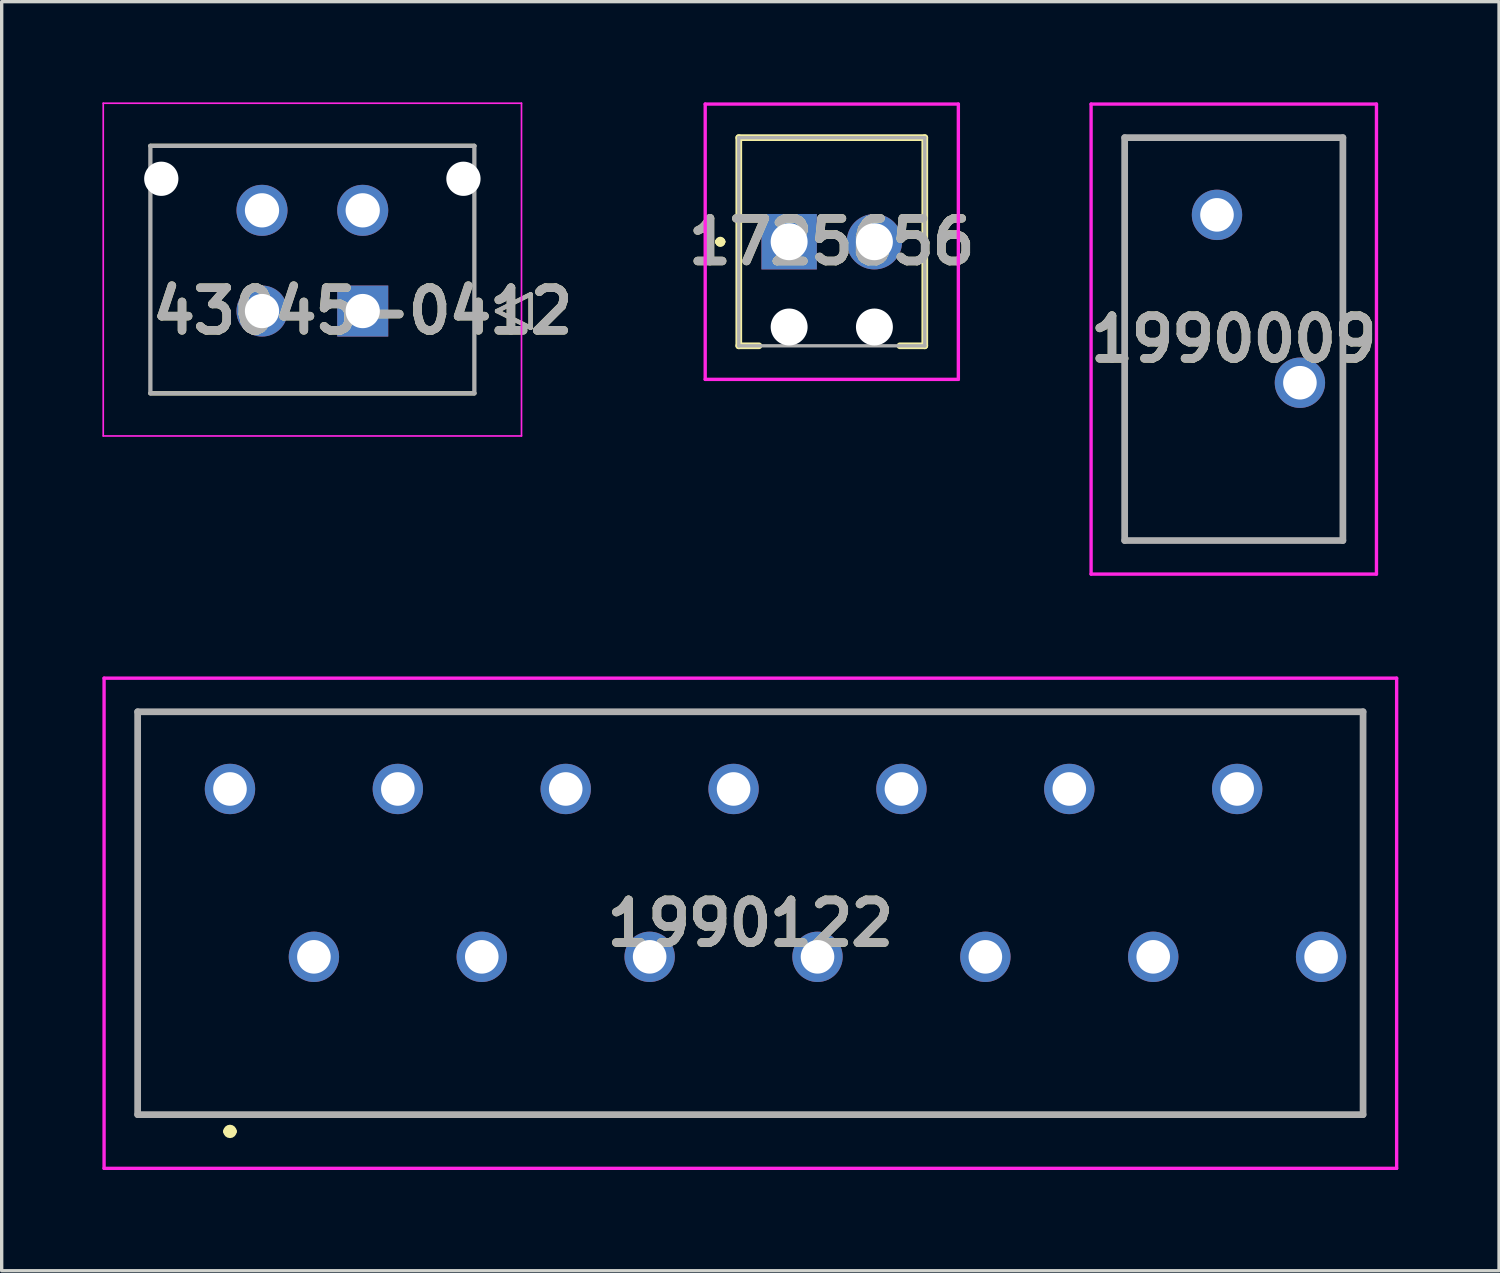
<source format=kicad_pcb>
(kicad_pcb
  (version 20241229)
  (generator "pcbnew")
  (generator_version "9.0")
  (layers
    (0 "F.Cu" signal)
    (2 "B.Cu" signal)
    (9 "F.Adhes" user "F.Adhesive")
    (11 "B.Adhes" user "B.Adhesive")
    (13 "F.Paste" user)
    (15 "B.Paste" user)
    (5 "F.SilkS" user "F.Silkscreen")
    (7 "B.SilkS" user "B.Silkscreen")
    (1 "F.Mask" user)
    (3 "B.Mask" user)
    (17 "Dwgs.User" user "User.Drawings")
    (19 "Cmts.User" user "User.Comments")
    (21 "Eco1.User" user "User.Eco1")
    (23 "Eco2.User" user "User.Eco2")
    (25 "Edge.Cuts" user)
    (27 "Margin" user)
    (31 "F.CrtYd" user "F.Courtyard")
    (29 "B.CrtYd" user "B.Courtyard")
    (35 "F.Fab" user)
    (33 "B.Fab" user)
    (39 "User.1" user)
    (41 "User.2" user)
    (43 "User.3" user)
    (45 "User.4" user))
  (footprint "43045-0412"
    (layer "F.Cu")
    (at 7.754 6.215)
    (property "Reference" "43045-0412" (at 0 0 0) (layer "F.SilkS") (effects (font (size 1.27 1.27) (thickness 0.254))))
    (attr through_hole)
    (fp_line (start -6.325 -4.92) (end 3.325 -4.92) (stroke (width 0.127) (type solid)) (layer "F.SilkS"))
    (fp_line (start 3.325 2.45) (end -6.325 2.45) (stroke (width 0.127) (type solid)) (layer "F.SilkS"))
    (fp_line (start 4 0) (end 5 -0.5) (stroke (width 0.127) (type solid)) (layer "F.SilkS"))
    (fp_line (start 5 -0.5) (end 5 0.5) (stroke (width 0.127) (type solid)) (layer "F.SilkS"))
    (fp_line (start 5 0.5) (end 4 0) (stroke (width 0.127) (type solid)) (layer "F.SilkS"))
    (fp_line (start -7.729 -6.19) (end 4.729 -6.19) (stroke (width 0.05) (type solid)) (layer "F.CrtYd"))
    (fp_line (start -7.729 3.72) (end -7.729 -6.19) (stroke (width 0.05) (type solid)) (layer "F.CrtYd"))
    (fp_line (start 4.729 -6.19) (end 4.729 3.72) (stroke (width 0.05) (type solid)) (layer "F.CrtYd"))
    (fp_line (start 4.729 3.72) (end -7.729 3.72) (stroke (width 0.05) (type solid)) (layer "F.CrtYd"))
    (fp_line (start -6.325 -4.92) (end 3.325 -4.92) (stroke (width 0.127) (type solid)) (layer "F.Fab"))
    (fp_line (start -6.325 2.45) (end -6.325 -4.92) (stroke (width 0.127) (type solid)) (layer "F.Fab"))
    (fp_line (start 3.325 -4.92) (end 3.325 2.45) (stroke (width 0.127) (type solid)) (layer "F.Fab"))
    (fp_line (start 3.325 2.45) (end -6.325 2.45) (stroke (width 0.127) (type solid)) (layer "F.Fab"))
    (fp_line (start 4 0) (end 5 -0.5) (stroke (width 0.127) (type solid)) (layer "F.Fab"))
    (fp_line (start 5 -0.5) (end 5 0.5) (stroke (width 0.127) (type solid)) (layer "F.Fab"))
    (fp_line (start 5 0.5) (end 4 0) (stroke (width 0.127) (type solid)) (layer "F.Fab"))
    (fp_text user "${REFERENCE}" (at 0 0 0) (layer "F.Fab") (effects (font (size 1.27 1.27) (thickness 0.254))))
    (pad "" np_thru_hole circle (at -6 -3.94) (size 1.02 1.02) (drill 1.02) (layers "*.Cu" "*.Mask"))
    (pad "" np_thru_hole circle (at 3 -3.94) (size 1.02 1.02) (drill 1.02) (layers "*.Cu" "*.Mask"))
    (pad "1" thru_hole rect (at 0 0) (size 1.52 1.52) (drill 1.02) (layers "*.Cu" "*.Mask"))
    (pad "2" thru_hole circle (at -3 0) (size 1.52 1.52) (drill 1.02) (layers "*.Cu" "*.Mask"))
    (pad "3" thru_hole circle (at 0 -3) (size 1.52 1.52) (drill 1.02) (layers "*.Cu" "*.Mask"))
    (pad "4" thru_hole circle (at -3 -3) (size 1.52 1.52) (drill 1.02) (layers "*.Cu" "*.Mask")))
  (footprint "1990122"
    (layer "F.Cu")
    (at 3.8 20.45)
    (property "Reference" "1990122" (at 15.5 4 0) (layer "F.SilkS") (effects (font (size 1.27 1.27) (thickness 0.254))))
    (attr through_hole)
    (fp_line (start -2.75 -2.3) (end 33.75 -2.3) (stroke (width 0.1) (type solid)) (layer "F.SilkS"))
    (fp_line (start -2.75 9.7) (end -2.75 -2.3) (stroke (width 0.1) (type solid)) (layer "F.SilkS"))
    (fp_line (start -0.1 10.2) (end -0.1 10.2) (stroke (width 0.2) (type solid)) (layer "F.SilkS"))
    (fp_line (start 0.1 10.2) (end 0.1 10.2) (stroke (width 0.2) (type solid)) (layer "F.SilkS"))
    (fp_line (start 33.75 -2.3) (end 33.75 9.7) (stroke (width 0.1) (type solid)) (layer "F.SilkS"))
    (fp_line (start 33.75 9.7) (end -2.75 9.7) (stroke (width 0.1) (type solid)) (layer "F.SilkS"))
    (fp_arc (start -0.1 10.2) (mid 0 10.1) (end 0.1 10.2) (stroke (width 0.2) (type solid)) (layer "F.SilkS"))
    (fp_arc (start 0.1 10.2) (mid 0 10.3) (end -0.1 10.2) (stroke (width 0.2) (type solid)) (layer "F.SilkS"))
    (fp_line (start -3.75 -3.3) (end 34.75 -3.3) (stroke (width 0.1) (type solid)) (layer "F.CrtYd"))
    (fp_line (start -3.75 11.3) (end -3.75 -3.3) (stroke (width 0.1) (type solid)) (layer "F.CrtYd"))
    (fp_line (start 34.75 -3.3) (end 34.75 11.3) (stroke (width 0.1) (type solid)) (layer "F.CrtYd"))
    (fp_line (start 34.75 11.3) (end -3.75 11.3) (stroke (width 0.1) (type solid)) (layer "F.CrtYd"))
    (fp_line (start -2.75 -2.3) (end 33.75 -2.3) (stroke (width 0.2) (type solid)) (layer "F.Fab"))
    (fp_line (start -2.75 9.7) (end -2.75 -2.3) (stroke (width 0.2) (type solid)) (layer "F.Fab"))
    (fp_line (start 33.75 -2.3) (end 33.75 9.7) (stroke (width 0.2) (type solid)) (layer "F.Fab"))
    (fp_line (start 33.75 9.7) (end -2.75 9.7) (stroke (width 0.2) (type solid)) (layer "F.Fab"))
    (fp_text user "${REFERENCE}" (at 15.5 4 0) (layer "F.Fab") (effects (font (size 1.27 1.27) (thickness 0.254))))
    (pad "1" thru_hole circle (at 0 0) (size 1.5 1.5) (drill 1) (layers "*.Cu" "*.Mask"))
    (pad "2" thru_hole circle (at 2.5 5) (size 1.5 1.5) (drill 1) (layers "*.Cu" "*.Mask"))
    (pad "3" thru_hole circle (at 5 0) (size 1.5 1.5) (drill 1) (layers "*.Cu" "*.Mask"))
    (pad "4" thru_hole circle (at 7.5 5) (size 1.5 1.5) (drill 1) (layers "*.Cu" "*.Mask"))
    (pad "5" thru_hole circle (at 10 0) (size 1.5 1.5) (drill 1) (layers "*.Cu" "*.Mask"))
    (pad "6" thru_hole circle (at 12.5 5) (size 1.5 1.5) (drill 1) (layers "*.Cu" "*.Mask"))
    (pad "7" thru_hole circle (at 15 0) (size 1.5 1.5) (drill 1) (layers "*.Cu" "*.Mask"))
    (pad "8" thru_hole circle (at 17.5 5) (size 1.5 1.5) (drill 1) (layers "*.Cu" "*.Mask"))
    (pad "9" thru_hole circle (at 20 0) (size 1.5 1.5) (drill 1) (layers "*.Cu" "*.Mask"))
    (pad "10" thru_hole circle (at 22.5 5) (size 1.5 1.5) (drill 1) (layers "*.Cu" "*.Mask"))
    (pad "11" thru_hole circle (at 25 0) (size 1.5 1.5) (drill 1) (layers "*.Cu" "*.Mask"))
    (pad "12" thru_hole circle (at 27.5 5) (size 1.5 1.5) (drill 1) (layers "*.Cu" "*.Mask"))
    (pad "13" thru_hole circle (at 30 0) (size 1.5 1.5) (drill 1) (layers "*.Cu" "*.Mask"))
    (pad "14" thru_hole circle (at 32.5 5) (size 1.5 1.5) (drill 1) (layers "*.Cu" "*.Mask")))
  (footprint "1725656"
    (layer "F.Cu")
    (at 20.455 4.15)
    (property "Reference" "1725656" (at 1.27 0 0) (layer "F.SilkS") (effects (font (size 1.27 1.27) (thickness 0.254))))
    (attr through_hole)
    (fp_line (start -2.1 0) (end -2.1 0) (stroke (width 0.2) (type solid)) (layer "F.SilkS"))
    (fp_line (start -2.1 0) (end -2.1 0) (stroke (width 0.2) (type solid)) (layer "F.SilkS"))
    (fp_line (start -2 0) (end -2 0) (stroke (width 0.2) (type solid)) (layer "F.SilkS"))
    (fp_line (start -1.5 -3.1) (end 4.04 -3.1) (stroke (width 0.2) (type solid)) (layer "F.SilkS"))
    (fp_line (start -1.5 3.1) (end -1.5 -3.1) (stroke (width 0.2) (type solid)) (layer "F.SilkS"))
    (fp_line (start -0.9 3.1) (end -1.5 3.1) (stroke (width 0.2) (type solid)) (layer "F.SilkS"))
    (fp_line (start 4.04 -3.1) (end 4.04 3.1) (stroke (width 0.2) (type solid)) (layer "F.SilkS"))
    (fp_line (start 4.04 3.1) (end 3.3 3.1) (stroke (width 0.2) (type solid)) (layer "F.SilkS"))
    (fp_arc (start -2.1 0) (mid -2.05 -0.05) (end -2 0) (stroke (width 0.2) (type solid)) (layer "F.SilkS"))
    (fp_arc (start -2 0) (mid -2.05 0.05) (end -2.1 0) (stroke (width 0.2) (type solid)) (layer "F.SilkS"))
    (fp_arc (start -2 0) (mid -2.05 0.05) (end -2.1 0) (stroke (width 0.2) (type solid)) (layer "F.SilkS"))
    (fp_line (start -2.5 -4.1) (end 5.04 -4.1) (stroke (width 0.1) (type solid)) (layer "F.CrtYd"))
    (fp_line (start -2.5 4.1) (end -2.5 -4.1) (stroke (width 0.1) (type solid)) (layer "F.CrtYd"))
    (fp_line (start 5.04 -4.1) (end 5.04 4.1) (stroke (width 0.1) (type solid)) (layer "F.CrtYd"))
    (fp_line (start 5.04 4.1) (end -2.5 4.1) (stroke (width 0.1) (type solid)) (layer "F.CrtYd"))
    (fp_line (start -1.5 -3.1) (end -1.5 3.1) (stroke (width 0.1) (type solid)) (layer "F.Fab"))
    (fp_line (start -1.5 3.1) (end 4.04 3.1) (stroke (width 0.1) (type solid)) (layer "F.Fab"))
    (fp_line (start 4.04 -3.1) (end -1.5 -3.1) (stroke (width 0.1) (type solid)) (layer "F.Fab"))
    (fp_line (start 4.04 3.1) (end 4.04 -3.1) (stroke (width 0.1) (type solid)) (layer "F.Fab"))
    (fp_text user "${REFERENCE}" (at 1.27 0 0) (layer "F.Fab") (effects (font (size 1.27 1.27) (thickness 0.254))))
    (pad "" np_thru_hole circle (at 0 2.54) (size 1.1 1.1) (drill 1.1) (layers "*.Cu" "*.Mask"))
    (pad "" np_thru_hole circle (at 2.54 2.54) (size 1.1 1.1) (drill 1.1) (layers "*.Cu" "*.Mask"))
    (pad "1" thru_hole rect (at 0 0) (size 1.65 1.65) (drill 1.1) (layers "*.Cu" "*.Mask"))
    (pad "2" thru_hole circle (at 2.54 0) (size 1.65 1.65) (drill 1.1) (layers "*.Cu" "*.Mask")))
  (footprint "1990009"
    (layer "F.Cu")
    (at 34.449 1.05)
    (property "Reference" "1990009" (at -0.75 6 0) (layer "F.SilkS") (effects (font (size 1.27 1.27) (thickness 0.254))))
    (attr through_hole)
    (fp_line (start -4 0) (end 2.5 0) (stroke (width 0.1) (type solid)) (layer "F.SilkS"))
    (fp_line (start -4 12) (end -4 0) (stroke (width 0.1) (type solid)) (layer "F.SilkS"))
    (fp_line (start 2.5 0) (end 2.5 12) (stroke (width 0.1) (type solid)) (layer "F.SilkS"))
    (fp_line (start 2.5 12) (end -4 12) (stroke (width 0.1) (type solid)) (layer "F.SilkS"))
    (fp_line (start -5 -1) (end 3.5 -1) (stroke (width 0.1) (type solid)) (layer "F.CrtYd"))
    (fp_line (start -5 13) (end -5 -1) (stroke (width 0.1) (type solid)) (layer "F.CrtYd"))
    (fp_line (start 3.5 -1) (end 3.5 13) (stroke (width 0.1) (type solid)) (layer "F.CrtYd"))
    (fp_line (start 3.5 13) (end -5 13) (stroke (width 0.1) (type solid)) (layer "F.CrtYd"))
    (fp_line (start -4 0) (end 2.5 0) (stroke (width 0.2) (type solid)) (layer "F.Fab"))
    (fp_line (start -4 12) (end -4 0) (stroke (width 0.2) (type solid)) (layer "F.Fab"))
    (fp_line (start 2.5 0) (end 2.5 12) (stroke (width 0.2) (type solid)) (layer "F.Fab"))
    (fp_line (start 2.5 12) (end -4 12) (stroke (width 0.2) (type solid)) (layer "F.Fab"))
    (fp_text user "${REFERENCE}" (at -0.75 6 0) (layer "F.Fab") (effects (font (size 1.27 1.27) (thickness 0.254))))
    (pad "1" thru_hole circle (at 1.22 7.3) (size 1.5 1.5) (drill 1) (layers "*.Cu" "*.Mask"))
    (pad "2" thru_hole circle (at -1.25 2.3) (size 1.5 1.5) (drill 1) (layers "*.Cu" "*.Mask")))
  (gr_rect
    (start -3 -3)
    (end 41.6 34.8)
    (stroke (width 0.1) (type default))
    (fill no)
    (layer "Edge.Cuts")))
</source>
